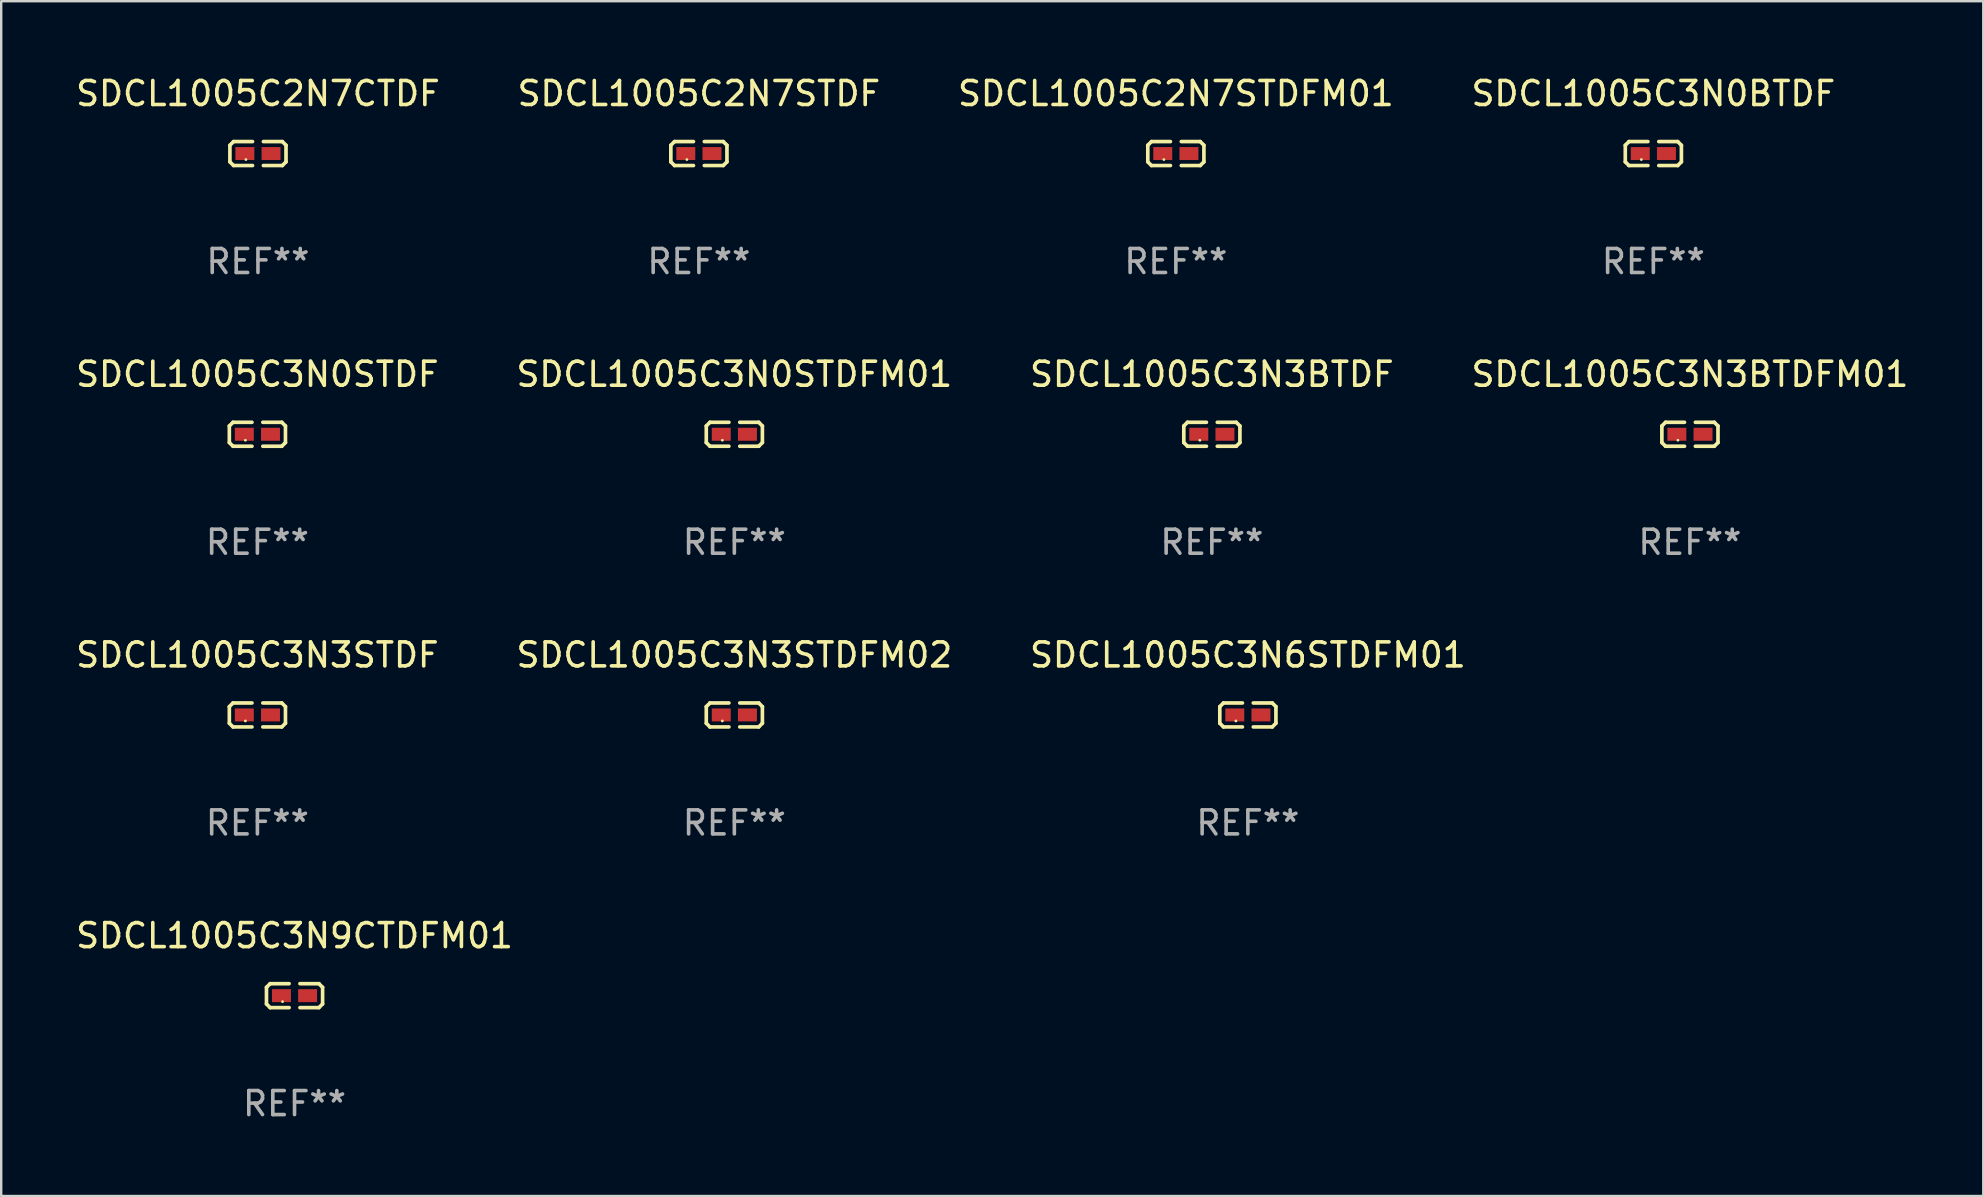
<source format=kicad_pcb>
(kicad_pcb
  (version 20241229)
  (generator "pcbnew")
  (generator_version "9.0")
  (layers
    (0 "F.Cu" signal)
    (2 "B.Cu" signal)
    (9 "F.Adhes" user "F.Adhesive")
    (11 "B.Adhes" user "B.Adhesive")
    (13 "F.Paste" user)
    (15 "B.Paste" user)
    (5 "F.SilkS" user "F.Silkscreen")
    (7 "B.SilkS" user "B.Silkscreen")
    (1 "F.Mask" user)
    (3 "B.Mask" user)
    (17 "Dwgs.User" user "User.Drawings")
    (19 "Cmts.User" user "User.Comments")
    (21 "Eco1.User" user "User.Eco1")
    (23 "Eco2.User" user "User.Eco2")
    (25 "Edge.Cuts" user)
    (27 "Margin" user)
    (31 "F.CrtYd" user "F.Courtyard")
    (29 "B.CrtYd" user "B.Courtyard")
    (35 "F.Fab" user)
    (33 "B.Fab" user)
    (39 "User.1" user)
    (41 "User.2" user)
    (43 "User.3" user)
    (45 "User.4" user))
  (footprint "SDCL1005C3N9CTDFM01"
    (layer "F.Cu")
    (at 9.22 38.428)
    (property "Reference" "SDCL1005C3N9CTDFM01" (at 0 -2.499 0) (layer "F.SilkS") (effects (font (size 1 1) (thickness 0.15))))
    (attr through_hole)
    (fp_line (start -1.169 -0.346) (end -1.016 -0.499) (stroke (width 0.152) (type solid)) (layer "F.SilkS"))
    (fp_line (start -1.169 0.346) (end -1.169 -0.346) (stroke (width 0.152) (type solid)) (layer "F.SilkS"))
    (fp_line (start -1.016 -0.499) (end -0.226 -0.499) (stroke (width 0.152) (type solid)) (layer "F.SilkS"))
    (fp_line (start -1.016 0.499) (end -1.169 0.346) (stroke (width 0.152) (type solid)) (layer "F.SilkS"))
    (fp_line (start -0.226 0.499) (end -1.016 0.499) (stroke (width 0.152) (type solid)) (layer "F.SilkS"))
    (fp_line (start 0.226 0.499) (end 1.016 0.499) (stroke (width 0.152) (type solid)) (layer "F.SilkS"))
    (fp_line (start 1.016 -0.499) (end 0.226 -0.499) (stroke (width 0.152) (type solid)) (layer "F.SilkS"))
    (fp_line (start 1.016 0.499) (end 1.169 0.346) (stroke (width 0.152) (type solid)) (layer "F.SilkS"))
    (fp_line (start 1.169 -0.346) (end 1.016 -0.499) (stroke (width 0.152) (type solid)) (layer "F.SilkS"))
    (fp_line (start 1.169 0.346) (end 1.169 -0.346) (stroke (width 0.152) (type solid)) (layer "F.SilkS"))
    (fp_circle (center -0.5 0.25) (end -0.47 0.25) (stroke (width 0.06) (type solid)) (fill no) (layer "F.SilkS"))
    (fp_text user "REF**" (at 0 4.499 0) (layer "F.Fab") (effects (font (size 1 1) (thickness 0.15))))
    (pad "1" smd rect (at -0.545 0) (size 0.79 0.54) (layers "F.Cu" "F.Mask" "F.Paste"))
    (pad "2" smd rect (at 0.545 0) (size 0.79 0.54) (layers "F.Cu" "F.Mask" "F.Paste")))
  (footprint "SDCL1005C2N7STDFM01"
    (layer "F.Cu")
    (at 45.935 3.347)
    (property "Reference" "SDCL1005C2N7STDFM01" (at 0 -2.499 0) (layer "F.SilkS") (effects (font (size 1 1) (thickness 0.15))))
    (attr through_hole)
    (fp_line (start -1.169 -0.346) (end -1.016 -0.499) (stroke (width 0.152) (type solid)) (layer "F.SilkS"))
    (fp_line (start -1.169 0.346) (end -1.169 -0.346) (stroke (width 0.152) (type solid)) (layer "F.SilkS"))
    (fp_line (start -1.016 -0.499) (end -0.226 -0.499) (stroke (width 0.152) (type solid)) (layer "F.SilkS"))
    (fp_line (start -1.016 0.499) (end -1.169 0.346) (stroke (width 0.152) (type solid)) (layer "F.SilkS"))
    (fp_line (start -0.226 0.499) (end -1.016 0.499) (stroke (width 0.152) (type solid)) (layer "F.SilkS"))
    (fp_line (start 0.226 0.499) (end 1.016 0.499) (stroke (width 0.152) (type solid)) (layer "F.SilkS"))
    (fp_line (start 1.016 -0.499) (end 0.226 -0.499) (stroke (width 0.152) (type solid)) (layer "F.SilkS"))
    (fp_line (start 1.016 0.499) (end 1.169 0.346) (stroke (width 0.152) (type solid)) (layer "F.SilkS"))
    (fp_line (start 1.169 -0.346) (end 1.016 -0.499) (stroke (width 0.152) (type solid)) (layer "F.SilkS"))
    (fp_line (start 1.169 0.346) (end 1.169 -0.346) (stroke (width 0.152) (type solid)) (layer "F.SilkS"))
    (fp_circle (center -0.5 0.25) (end -0.47 0.25) (stroke (width 0.06) (type solid)) (fill no) (layer "F.SilkS"))
    (fp_text user "REF**" (at 0 4.499 0) (layer "F.Fab") (effects (font (size 1 1) (thickness 0.15))))
    (pad "1" smd rect (at -0.545 0) (size 0.79 0.54) (layers "F.Cu" "F.Mask" "F.Paste"))
    (pad "2" smd rect (at 0.545 0) (size 0.79 0.54) (layers "F.Cu" "F.Mask" "F.Paste")))
  (footprint "SDCL1005C3N3BTDF"
    (layer "F.Cu")
    (at 47.435 15.041)
    (property "Reference" "SDCL1005C3N3BTDF" (at 0 -2.499 0) (layer "F.SilkS") (effects (font (size 1 1) (thickness 0.15))))
    (attr through_hole)
    (fp_line (start -1.169 -0.346) (end -1.016 -0.499) (stroke (width 0.152) (type solid)) (layer "F.SilkS"))
    (fp_line (start -1.169 0.346) (end -1.169 -0.346) (stroke (width 0.152) (type solid)) (layer "F.SilkS"))
    (fp_line (start -1.016 -0.499) (end -0.226 -0.499) (stroke (width 0.152) (type solid)) (layer "F.SilkS"))
    (fp_line (start -1.016 0.499) (end -1.169 0.346) (stroke (width 0.152) (type solid)) (layer "F.SilkS"))
    (fp_line (start -0.226 0.499) (end -1.016 0.499) (stroke (width 0.152) (type solid)) (layer "F.SilkS"))
    (fp_line (start 0.226 0.499) (end 1.016 0.499) (stroke (width 0.152) (type solid)) (layer "F.SilkS"))
    (fp_line (start 1.016 -0.499) (end 0.226 -0.499) (stroke (width 0.152) (type solid)) (layer "F.SilkS"))
    (fp_line (start 1.016 0.499) (end 1.169 0.346) (stroke (width 0.152) (type solid)) (layer "F.SilkS"))
    (fp_line (start 1.169 -0.346) (end 1.016 -0.499) (stroke (width 0.152) (type solid)) (layer "F.SilkS"))
    (fp_line (start 1.169 0.346) (end 1.169 -0.346) (stroke (width 0.152) (type solid)) (layer "F.SilkS"))
    (fp_circle (center -0.5 0.25) (end -0.47 0.25) (stroke (width 0.06) (type solid)) (fill no) (layer "F.SilkS"))
    (fp_text user "REF**" (at 0 4.499 0) (layer "F.Fab") (effects (font (size 1 1) (thickness 0.15))))
    (pad "1" smd rect (at -0.545 0) (size 0.79 0.54) (layers "F.Cu" "F.Mask" "F.Paste"))
    (pad "2" smd rect (at 0.545 0) (size 0.79 0.54) (layers "F.Cu" "F.Mask" "F.Paste")))
  (footprint "SDCL1005C3N0STDFM01"
    (layer "F.Cu")
    (at 27.542 15.041)
    (property "Reference" "SDCL1005C3N0STDFM01" (at 0 -2.499 0) (layer "F.SilkS") (effects (font (size 1 1) (thickness 0.15))))
    (attr through_hole)
    (fp_line (start -1.169 -0.346) (end -1.016 -0.499) (stroke (width 0.152) (type solid)) (layer "F.SilkS"))
    (fp_line (start -1.169 0.346) (end -1.169 -0.346) (stroke (width 0.152) (type solid)) (layer "F.SilkS"))
    (fp_line (start -1.016 -0.499) (end -0.226 -0.499) (stroke (width 0.152) (type solid)) (layer "F.SilkS"))
    (fp_line (start -1.016 0.499) (end -1.169 0.346) (stroke (width 0.152) (type solid)) (layer "F.SilkS"))
    (fp_line (start -0.226 0.499) (end -1.016 0.499) (stroke (width 0.152) (type solid)) (layer "F.SilkS"))
    (fp_line (start 0.226 0.499) (end 1.016 0.499) (stroke (width 0.152) (type solid)) (layer "F.SilkS"))
    (fp_line (start 1.016 -0.499) (end 0.226 -0.499) (stroke (width 0.152) (type solid)) (layer "F.SilkS"))
    (fp_line (start 1.016 0.499) (end 1.169 0.346) (stroke (width 0.152) (type solid)) (layer "F.SilkS"))
    (fp_line (start 1.169 -0.346) (end 1.016 -0.499) (stroke (width 0.152) (type solid)) (layer "F.SilkS"))
    (fp_line (start 1.169 0.346) (end 1.169 -0.346) (stroke (width 0.152) (type solid)) (layer "F.SilkS"))
    (fp_circle (center -0.5 0.25) (end -0.47 0.25) (stroke (width 0.06) (type solid)) (fill no) (layer "F.SilkS"))
    (fp_text user "REF**" (at 0 4.499 0) (layer "F.Fab") (effects (font (size 1 1) (thickness 0.15))))
    (pad "1" smd rect (at -0.545 0) (size 0.79 0.54) (layers "F.Cu" "F.Mask" "F.Paste"))
    (pad "2" smd rect (at 0.545 0) (size 0.79 0.54) (layers "F.Cu" "F.Mask" "F.Paste")))
  (footprint "SDCL1005C3N0BTDF"
    (layer "F.Cu")
    (at 65.827 3.347)
    (property "Reference" "SDCL1005C3N0BTDF" (at 0 -2.499 0) (layer "F.SilkS") (effects (font (size 1 1) (thickness 0.15))))
    (attr through_hole)
    (fp_line (start -1.169 -0.346) (end -1.016 -0.499) (stroke (width 0.152) (type solid)) (layer "F.SilkS"))
    (fp_line (start -1.169 0.346) (end -1.169 -0.346) (stroke (width 0.152) (type solid)) (layer "F.SilkS"))
    (fp_line (start -1.016 -0.499) (end -0.226 -0.499) (stroke (width 0.152) (type solid)) (layer "F.SilkS"))
    (fp_line (start -1.016 0.499) (end -1.169 0.346) (stroke (width 0.152) (type solid)) (layer "F.SilkS"))
    (fp_line (start -0.226 0.499) (end -1.016 0.499) (stroke (width 0.152) (type solid)) (layer "F.SilkS"))
    (fp_line (start 0.226 0.499) (end 1.016 0.499) (stroke (width 0.152) (type solid)) (layer "F.SilkS"))
    (fp_line (start 1.016 -0.499) (end 0.226 -0.499) (stroke (width 0.152) (type solid)) (layer "F.SilkS"))
    (fp_line (start 1.016 0.499) (end 1.169 0.346) (stroke (width 0.152) (type solid)) (layer "F.SilkS"))
    (fp_line (start 1.169 -0.346) (end 1.016 -0.499) (stroke (width 0.152) (type solid)) (layer "F.SilkS"))
    (fp_line (start 1.169 0.346) (end 1.169 -0.346) (stroke (width 0.152) (type solid)) (layer "F.SilkS"))
    (fp_circle (center -0.5 0.25) (end -0.47 0.25) (stroke (width 0.06) (type solid)) (fill no) (layer "F.SilkS"))
    (fp_text user "REF**" (at 0 4.499 0) (layer "F.Fab") (effects (font (size 1 1) (thickness 0.15))))
    (pad "1" smd rect (at -0.545 0) (size 0.79 0.54) (layers "F.Cu" "F.Mask" "F.Paste"))
    (pad "2" smd rect (at 0.545 0) (size 0.79 0.54) (layers "F.Cu" "F.Mask" "F.Paste")))
  (footprint "SDCL1005C3N0STDF"
    (layer "F.Cu")
    (at 7.673 15.041)
    (property "Reference" "SDCL1005C3N0STDF" (at 0 -2.499 0) (layer "F.SilkS") (effects (font (size 1 1) (thickness 0.15))))
    (attr through_hole)
    (fp_line (start -1.169 -0.346) (end -1.016 -0.499) (stroke (width 0.152) (type solid)) (layer "F.SilkS"))
    (fp_line (start -1.169 0.346) (end -1.169 -0.346) (stroke (width 0.152) (type solid)) (layer "F.SilkS"))
    (fp_line (start -1.016 -0.499) (end -0.226 -0.499) (stroke (width 0.152) (type solid)) (layer "F.SilkS"))
    (fp_line (start -1.016 0.499) (end -1.169 0.346) (stroke (width 0.152) (type solid)) (layer "F.SilkS"))
    (fp_line (start -0.226 0.499) (end -1.016 0.499) (stroke (width 0.152) (type solid)) (layer "F.SilkS"))
    (fp_line (start 0.226 0.499) (end 1.016 0.499) (stroke (width 0.152) (type solid)) (layer "F.SilkS"))
    (fp_line (start 1.016 -0.499) (end 0.226 -0.499) (stroke (width 0.152) (type solid)) (layer "F.SilkS"))
    (fp_line (start 1.016 0.499) (end 1.169 0.346) (stroke (width 0.152) (type solid)) (layer "F.SilkS"))
    (fp_line (start 1.169 -0.346) (end 1.016 -0.499) (stroke (width 0.152) (type solid)) (layer "F.SilkS"))
    (fp_line (start 1.169 0.346) (end 1.169 -0.346) (stroke (width 0.152) (type solid)) (layer "F.SilkS"))
    (fp_circle (center -0.5 0.25) (end -0.47 0.25) (stroke (width 0.06) (type solid)) (fill no) (layer "F.SilkS"))
    (fp_text user "REF**" (at 0 4.499 0) (layer "F.Fab") (effects (font (size 1 1) (thickness 0.15))))
    (pad "1" smd rect (at -0.545 0) (size 0.79 0.54) (layers "F.Cu" "F.Mask" "F.Paste"))
    (pad "2" smd rect (at 0.545 0) (size 0.79 0.54) (layers "F.Cu" "F.Mask" "F.Paste")))
  (footprint "SDCL1005C3N6STDFM01"
    (layer "F.Cu")
    (at 48.935 26.734)
    (property "Reference" "SDCL1005C3N6STDFM01" (at 0 -2.499 0) (layer "F.SilkS") (effects (font (size 1 1) (thickness 0.15))))
    (attr through_hole)
    (fp_line (start -1.169 -0.346) (end -1.016 -0.499) (stroke (width 0.152) (type solid)) (layer "F.SilkS"))
    (fp_line (start -1.169 0.346) (end -1.169 -0.346) (stroke (width 0.152) (type solid)) (layer "F.SilkS"))
    (fp_line (start -1.016 -0.499) (end -0.226 -0.499) (stroke (width 0.152) (type solid)) (layer "F.SilkS"))
    (fp_line (start -1.016 0.499) (end -1.169 0.346) (stroke (width 0.152) (type solid)) (layer "F.SilkS"))
    (fp_line (start -0.226 0.499) (end -1.016 0.499) (stroke (width 0.152) (type solid)) (layer "F.SilkS"))
    (fp_line (start 0.226 0.499) (end 1.016 0.499) (stroke (width 0.152) (type solid)) (layer "F.SilkS"))
    (fp_line (start 1.016 -0.499) (end 0.226 -0.499) (stroke (width 0.152) (type solid)) (layer "F.SilkS"))
    (fp_line (start 1.016 0.499) (end 1.169 0.346) (stroke (width 0.152) (type solid)) (layer "F.SilkS"))
    (fp_line (start 1.169 -0.346) (end 1.016 -0.499) (stroke (width 0.152) (type solid)) (layer "F.SilkS"))
    (fp_line (start 1.169 0.346) (end 1.169 -0.346) (stroke (width 0.152) (type solid)) (layer "F.SilkS"))
    (fp_circle (center -0.5 0.25) (end -0.47 0.25) (stroke (width 0.06) (type solid)) (fill no) (layer "F.SilkS"))
    (fp_text user "REF**" (at 0 4.499 0) (layer "F.Fab") (effects (font (size 1 1) (thickness 0.15))))
    (pad "1" smd rect (at -0.545 0) (size 0.79 0.54) (layers "F.Cu" "F.Mask" "F.Paste"))
    (pad "2" smd rect (at 0.545 0) (size 0.79 0.54) (layers "F.Cu" "F.Mask" "F.Paste")))
  (footprint "SDCL1005C2N7CTDF"
    (layer "F.Cu")
    (at 7.696 3.347)
    (property "Reference" "SDCL1005C2N7CTDF" (at 0 -2.499 0) (layer "F.SilkS") (effects (font (size 1 1) (thickness 0.15))))
    (attr through_hole)
    (fp_line (start -1.169 -0.346) (end -1.016 -0.499) (stroke (width 0.152) (type solid)) (layer "F.SilkS"))
    (fp_line (start -1.169 0.346) (end -1.169 -0.346) (stroke (width 0.152) (type solid)) (layer "F.SilkS"))
    (fp_line (start -1.016 -0.499) (end -0.226 -0.499) (stroke (width 0.152) (type solid)) (layer "F.SilkS"))
    (fp_line (start -1.016 0.499) (end -1.169 0.346) (stroke (width 0.152) (type solid)) (layer "F.SilkS"))
    (fp_line (start -0.226 0.499) (end -1.016 0.499) (stroke (width 0.152) (type solid)) (layer "F.SilkS"))
    (fp_line (start 0.226 0.499) (end 1.016 0.499) (stroke (width 0.152) (type solid)) (layer "F.SilkS"))
    (fp_line (start 1.016 -0.499) (end 0.226 -0.499) (stroke (width 0.152) (type solid)) (layer "F.SilkS"))
    (fp_line (start 1.016 0.499) (end 1.169 0.346) (stroke (width 0.152) (type solid)) (layer "F.SilkS"))
    (fp_line (start 1.169 -0.346) (end 1.016 -0.499) (stroke (width 0.152) (type solid)) (layer "F.SilkS"))
    (fp_line (start 1.169 0.346) (end 1.169 -0.346) (stroke (width 0.152) (type solid)) (layer "F.SilkS"))
    (fp_circle (center -0.5 0.25) (end -0.47 0.25) (stroke (width 0.06) (type solid)) (fill no) (layer "F.SilkS"))
    (fp_text user "REF**" (at 0 4.499 0) (layer "F.Fab") (effects (font (size 1 1) (thickness 0.15))))
    (pad "1" smd rect (at -0.545 0) (size 0.79 0.54) (layers "F.Cu" "F.Mask" "F.Paste"))
    (pad "2" smd rect (at 0.545 0) (size 0.79 0.54) (layers "F.Cu" "F.Mask" "F.Paste")))
  (footprint "SDCL1005C3N3BTDFM01"
    (layer "F.Cu")
    (at 67.351 15.041)
    (property "Reference" "SDCL1005C3N3BTDFM01" (at 0 -2.499 0) (layer "F.SilkS") (effects (font (size 1 1) (thickness 0.15))))
    (attr through_hole)
    (fp_line (start -1.169 -0.346) (end -1.016 -0.499) (stroke (width 0.152) (type solid)) (layer "F.SilkS"))
    (fp_line (start -1.169 0.346) (end -1.169 -0.346) (stroke (width 0.152) (type solid)) (layer "F.SilkS"))
    (fp_line (start -1.016 -0.499) (end -0.226 -0.499) (stroke (width 0.152) (type solid)) (layer "F.SilkS"))
    (fp_line (start -1.016 0.499) (end -1.169 0.346) (stroke (width 0.152) (type solid)) (layer "F.SilkS"))
    (fp_line (start -0.226 0.499) (end -1.016 0.499) (stroke (width 0.152) (type solid)) (layer "F.SilkS"))
    (fp_line (start 0.226 0.499) (end 1.016 0.499) (stroke (width 0.152) (type solid)) (layer "F.SilkS"))
    (fp_line (start 1.016 -0.499) (end 0.226 -0.499) (stroke (width 0.152) (type solid)) (layer "F.SilkS"))
    (fp_line (start 1.016 0.499) (end 1.169 0.346) (stroke (width 0.152) (type solid)) (layer "F.SilkS"))
    (fp_line (start 1.169 -0.346) (end 1.016 -0.499) (stroke (width 0.152) (type solid)) (layer "F.SilkS"))
    (fp_line (start 1.169 0.346) (end 1.169 -0.346) (stroke (width 0.152) (type solid)) (layer "F.SilkS"))
    (fp_circle (center -0.5 0.25) (end -0.47 0.25) (stroke (width 0.06) (type solid)) (fill no) (layer "F.SilkS"))
    (fp_text user "REF**" (at 0 4.499 0) (layer "F.Fab") (effects (font (size 1 1) (thickness 0.15))))
    (pad "1" smd rect (at -0.545 0) (size 0.79 0.54) (layers "F.Cu" "F.Mask" "F.Paste"))
    (pad "2" smd rect (at 0.545 0) (size 0.79 0.54) (layers "F.Cu" "F.Mask" "F.Paste")))
  (footprint "SDCL1005C3N3STDFM02"
    (layer "F.Cu")
    (at 27.542 26.734)
    (property "Reference" "SDCL1005C3N3STDFM02" (at 0 -2.499 0) (layer "F.SilkS") (effects (font (size 1 1) (thickness 0.15))))
    (attr through_hole)
    (fp_line (start -1.169 -0.346) (end -1.016 -0.499) (stroke (width 0.152) (type solid)) (layer "F.SilkS"))
    (fp_line (start -1.169 0.346) (end -1.169 -0.346) (stroke (width 0.152) (type solid)) (layer "F.SilkS"))
    (fp_line (start -1.016 -0.499) (end -0.226 -0.499) (stroke (width 0.152) (type solid)) (layer "F.SilkS"))
    (fp_line (start -1.016 0.499) (end -1.169 0.346) (stroke (width 0.152) (type solid)) (layer "F.SilkS"))
    (fp_line (start -0.226 0.499) (end -1.016 0.499) (stroke (width 0.152) (type solid)) (layer "F.SilkS"))
    (fp_line (start 0.226 0.499) (end 1.016 0.499) (stroke (width 0.152) (type solid)) (layer "F.SilkS"))
    (fp_line (start 1.016 -0.499) (end 0.226 -0.499) (stroke (width 0.152) (type solid)) (layer "F.SilkS"))
    (fp_line (start 1.016 0.499) (end 1.169 0.346) (stroke (width 0.152) (type solid)) (layer "F.SilkS"))
    (fp_line (start 1.169 -0.346) (end 1.016 -0.499) (stroke (width 0.152) (type solid)) (layer "F.SilkS"))
    (fp_line (start 1.169 0.346) (end 1.169 -0.346) (stroke (width 0.152) (type solid)) (layer "F.SilkS"))
    (fp_circle (center -0.5 0.25) (end -0.47 0.25) (stroke (width 0.06) (type solid)) (fill no) (layer "F.SilkS"))
    (fp_text user "REF**" (at 0 4.499 0) (layer "F.Fab") (effects (font (size 1 1) (thickness 0.15))))
    (pad "1" smd rect (at -0.545 0) (size 0.79 0.54) (layers "F.Cu" "F.Mask" "F.Paste"))
    (pad "2" smd rect (at 0.545 0) (size 0.79 0.54) (layers "F.Cu" "F.Mask" "F.Paste")))
  (footprint "SDCL1005C3N3STDF"
    (layer "F.Cu")
    (at 7.673 26.734)
    (property "Reference" "SDCL1005C3N3STDF" (at 0 -2.499 0) (layer "F.SilkS") (effects (font (size 1 1) (thickness 0.15))))
    (attr through_hole)
    (fp_line (start -1.169 -0.346) (end -1.016 -0.499) (stroke (width 0.152) (type solid)) (layer "F.SilkS"))
    (fp_line (start -1.169 0.346) (end -1.169 -0.346) (stroke (width 0.152) (type solid)) (layer "F.SilkS"))
    (fp_line (start -1.016 -0.499) (end -0.226 -0.499) (stroke (width 0.152) (type solid)) (layer "F.SilkS"))
    (fp_line (start -1.016 0.499) (end -1.169 0.346) (stroke (width 0.152) (type solid)) (layer "F.SilkS"))
    (fp_line (start -0.226 0.499) (end -1.016 0.499) (stroke (width 0.152) (type solid)) (layer "F.SilkS"))
    (fp_line (start 0.226 0.499) (end 1.016 0.499) (stroke (width 0.152) (type solid)) (layer "F.SilkS"))
    (fp_line (start 1.016 -0.499) (end 0.226 -0.499) (stroke (width 0.152) (type solid)) (layer "F.SilkS"))
    (fp_line (start 1.016 0.499) (end 1.169 0.346) (stroke (width 0.152) (type solid)) (layer "F.SilkS"))
    (fp_line (start 1.169 -0.346) (end 1.016 -0.499) (stroke (width 0.152) (type solid)) (layer "F.SilkS"))
    (fp_line (start 1.169 0.346) (end 1.169 -0.346) (stroke (width 0.152) (type solid)) (layer "F.SilkS"))
    (fp_circle (center -0.5 0.25) (end -0.47 0.25) (stroke (width 0.06) (type solid)) (fill no) (layer "F.SilkS"))
    (fp_text user "REF**" (at 0 4.499 0) (layer "F.Fab") (effects (font (size 1 1) (thickness 0.15))))
    (pad "1" smd rect (at -0.545 0) (size 0.79 0.54) (layers "F.Cu" "F.Mask" "F.Paste"))
    (pad "2" smd rect (at 0.545 0) (size 0.79 0.54) (layers "F.Cu" "F.Mask" "F.Paste")))
  (footprint "SDCL1005C2N7STDF"
    (layer "F.Cu")
    (at 26.065 3.347)
    (property "Reference" "SDCL1005C2N7STDF" (at 0 -2.499 0) (layer "F.SilkS") (effects (font (size 1 1) (thickness 0.15))))
    (attr through_hole)
    (fp_line (start -1.169 -0.346) (end -1.016 -0.499) (stroke (width 0.152) (type solid)) (layer "F.SilkS"))
    (fp_line (start -1.169 0.346) (end -1.169 -0.346) (stroke (width 0.152) (type solid)) (layer "F.SilkS"))
    (fp_line (start -1.016 -0.499) (end -0.226 -0.499) (stroke (width 0.152) (type solid)) (layer "F.SilkS"))
    (fp_line (start -1.016 0.499) (end -1.169 0.346) (stroke (width 0.152) (type solid)) (layer "F.SilkS"))
    (fp_line (start -0.226 0.499) (end -1.016 0.499) (stroke (width 0.152) (type solid)) (layer "F.SilkS"))
    (fp_line (start 0.226 0.499) (end 1.016 0.499) (stroke (width 0.152) (type solid)) (layer "F.SilkS"))
    (fp_line (start 1.016 -0.499) (end 0.226 -0.499) (stroke (width 0.152) (type solid)) (layer "F.SilkS"))
    (fp_line (start 1.016 0.499) (end 1.169 0.346) (stroke (width 0.152) (type solid)) (layer "F.SilkS"))
    (fp_line (start 1.169 -0.346) (end 1.016 -0.499) (stroke (width 0.152) (type solid)) (layer "F.SilkS"))
    (fp_line (start 1.169 0.346) (end 1.169 -0.346) (stroke (width 0.152) (type solid)) (layer "F.SilkS"))
    (fp_circle (center -0.5 0.25) (end -0.47 0.25) (stroke (width 0.06) (type solid)) (fill no) (layer "F.SilkS"))
    (fp_text user "REF**" (at 0 4.499 0) (layer "F.Fab") (effects (font (size 1 1) (thickness 0.15))))
    (pad "1" smd rect (at -0.545 0) (size 0.79 0.54) (layers "F.Cu" "F.Mask" "F.Paste"))
    (pad "2" smd rect (at 0.545 0) (size 0.79 0.54) (layers "F.Cu" "F.Mask" "F.Paste")))
  (gr_rect
    (start -3 -3)
    (end 79.571 46.775)
    (stroke (width 0.1) (type default))
    (fill no)
    (layer "Edge.Cuts")))
</source>
